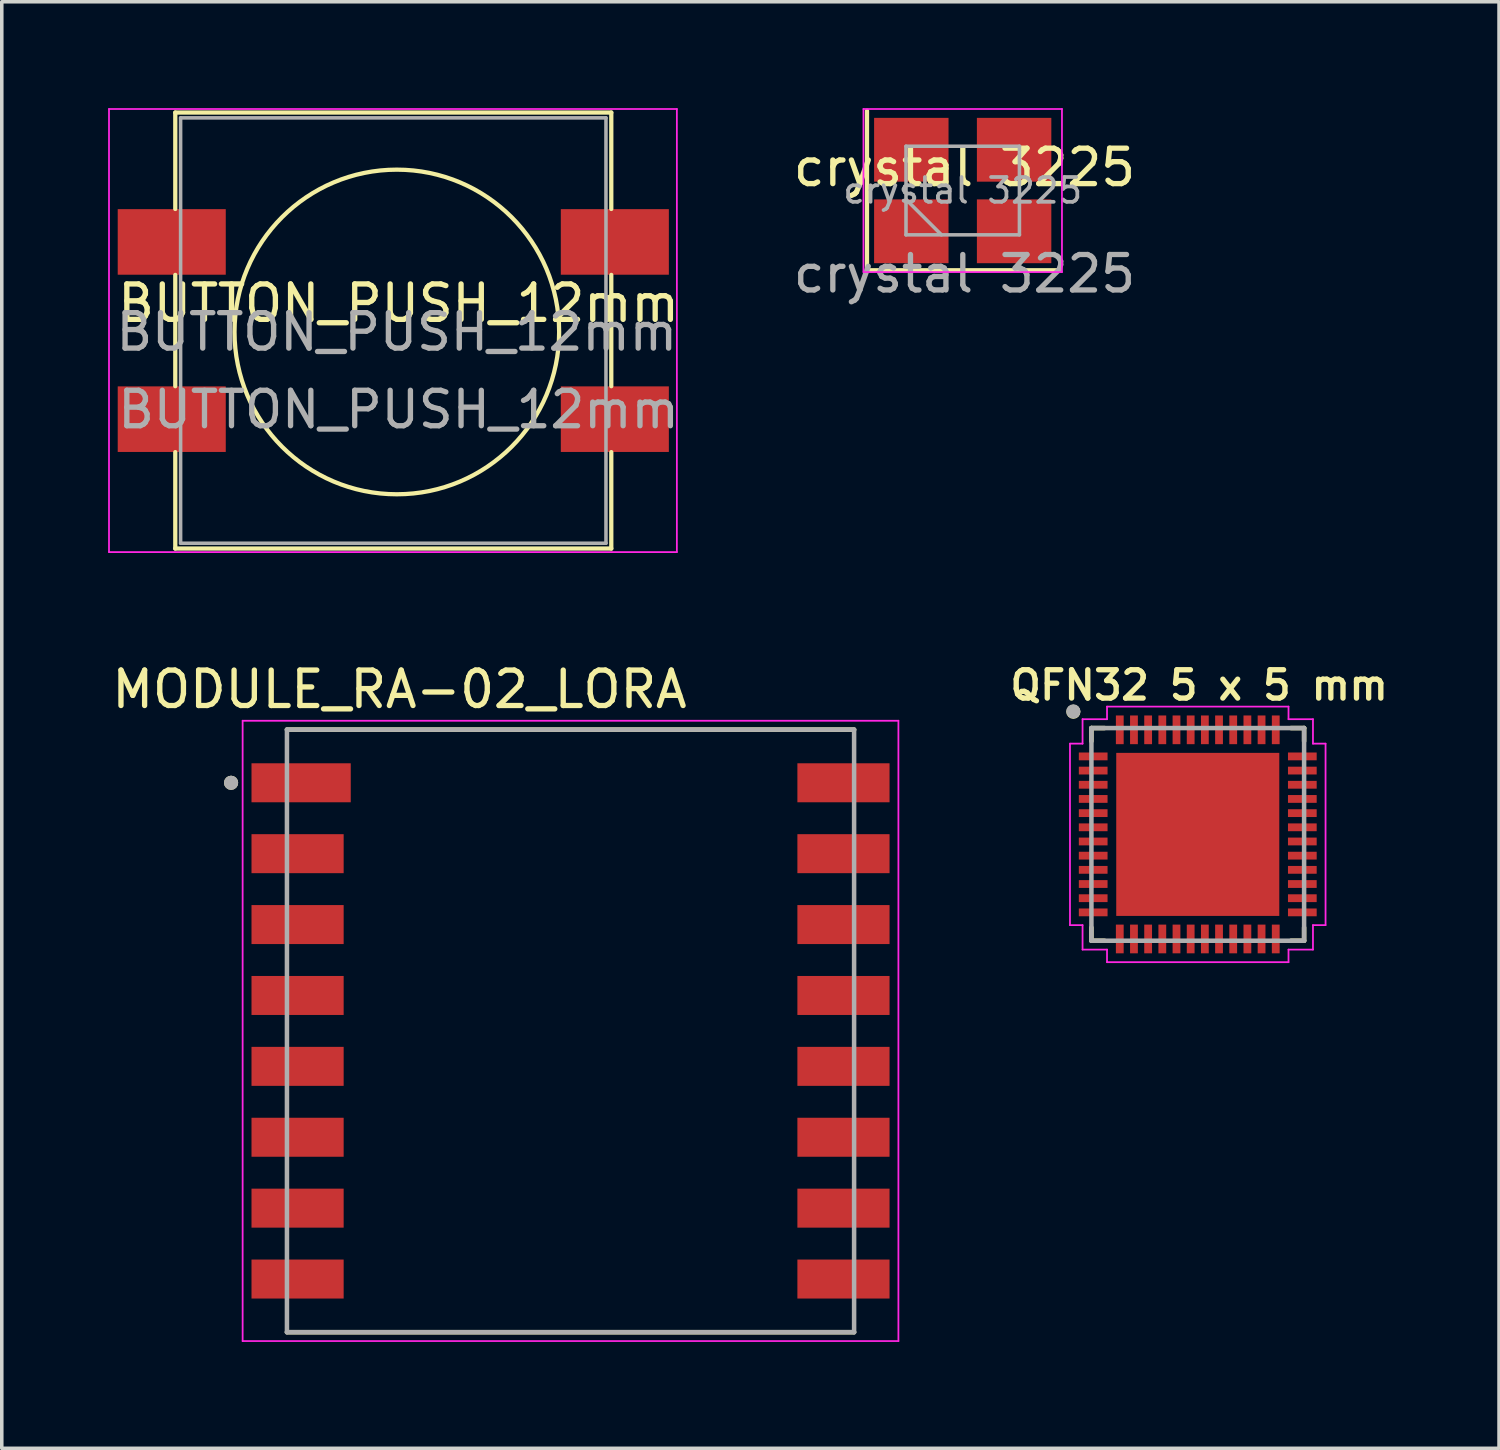
<source format=kicad_pcb>
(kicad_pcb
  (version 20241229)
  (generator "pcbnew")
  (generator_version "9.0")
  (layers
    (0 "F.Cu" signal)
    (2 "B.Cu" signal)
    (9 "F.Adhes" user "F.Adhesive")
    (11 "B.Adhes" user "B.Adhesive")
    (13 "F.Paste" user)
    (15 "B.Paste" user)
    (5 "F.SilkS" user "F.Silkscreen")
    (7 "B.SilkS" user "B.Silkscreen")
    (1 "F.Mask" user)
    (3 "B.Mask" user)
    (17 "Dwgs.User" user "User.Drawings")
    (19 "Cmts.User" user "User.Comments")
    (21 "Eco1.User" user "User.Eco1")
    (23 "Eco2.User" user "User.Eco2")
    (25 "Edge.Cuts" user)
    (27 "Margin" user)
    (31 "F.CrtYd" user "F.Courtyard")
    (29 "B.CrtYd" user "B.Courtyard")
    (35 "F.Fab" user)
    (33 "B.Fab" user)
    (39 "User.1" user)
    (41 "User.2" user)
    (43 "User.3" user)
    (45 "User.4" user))
  (footprint "MODULE_RA-02_LORA"
    (layer "F.Cu")
    (at 13.045 26.033)
    (property "Reference" "MODULE_RA-02_LORA" (at -4.825 -9.635 0) (layer "F.SilkS") (effects (font (size 1 1) (thickness 0.15))))
    (attr through_hole)
    (fp_line (start -8 -8.5) (end 8 -8.5) (stroke (width 0.127) (type solid)) (layer "F.SilkS"))
    (fp_line (start -8 8.5) (end 8 8.5) (stroke (width 0.127) (type solid)) (layer "F.SilkS"))
    (fp_circle (center -9.576 -7) (end -9.476 -7) (stroke (width 0.2) (type solid)) (fill no) (layer "F.SilkS"))
    (fp_line (start -9.25 -8.75) (end 9.25 -8.75) (stroke (width 0.05) (type solid)) (layer "F.CrtYd"))
    (fp_line (start -9.25 8.75) (end -9.25 -8.75) (stroke (width 0.05) (type solid)) (layer "F.CrtYd"))
    (fp_line (start 9.25 -8.75) (end 9.25 8.75) (stroke (width 0.05) (type solid)) (layer "F.CrtYd"))
    (fp_line (start 9.25 8.75) (end -9.25 8.75) (stroke (width 0.05) (type solid)) (layer "F.CrtYd"))
    (fp_line (start -8 -8.5) (end 8 -8.5) (stroke (width 0.127) (type solid)) (layer "F.Fab"))
    (fp_line (start -8 8.5) (end -8 -8.5) (stroke (width 0.127) (type solid)) (layer "F.Fab"))
    (fp_line (start 8 -8.5) (end 8 8.5) (stroke (width 0.127) (type solid)) (layer "F.Fab"))
    (fp_line (start 8 8.5) (end -8 8.5) (stroke (width 0.127) (type solid)) (layer "F.Fab"))
    (fp_circle (center -9.576 -7) (end -9.476 -7) (stroke (width 0.2) (type solid)) (fill no) (layer "F.Fab"))
    (pad "1" smd rect (at -7.6 -7) (size 2.8 1.1) (layers "F.Cu" "F.Mask" "F.Paste"))
    (pad "2" smd rect (at -7.7 -5) (size 2.6 1.1) (layers "F.Cu" "F.Mask" "F.Paste"))
    (pad "3" smd rect (at -7.7 -3) (size 2.6 1.1) (layers "F.Cu" "F.Mask" "F.Paste"))
    (pad "4" smd rect (at -7.7 -1) (size 2.6 1.1) (layers "F.Cu" "F.Mask" "F.Paste"))
    (pad "5" smd rect (at -7.7 1) (size 2.6 1.1) (layers "F.Cu" "F.Mask" "F.Paste"))
    (pad "6" smd rect (at -7.7 3) (size 2.6 1.1) (layers "F.Cu" "F.Mask" "F.Paste"))
    (pad "7" smd rect (at -7.7 5) (size 2.6 1.1) (layers "F.Cu" "F.Mask" "F.Paste"))
    (pad "8" smd rect (at -7.7 7) (size 2.6 1.1) (layers "F.Cu" "F.Mask" "F.Paste"))
    (pad "9" smd rect (at 7.7 7 180) (size 2.6 1.1) (layers "F.Cu" "F.Mask" "F.Paste"))
    (pad "10" smd rect (at 7.7 5 180) (size 2.6 1.1) (layers "F.Cu" "F.Mask" "F.Paste"))
    (pad "11" smd rect (at 7.7 3 180) (size 2.6 1.1) (layers "F.Cu" "F.Mask" "F.Paste"))
    (pad "12" smd rect (at 7.7 1 180) (size 2.6 1.1) (layers "F.Cu" "F.Mask" "F.Paste"))
    (pad "13" smd rect (at 7.7 -1 180) (size 2.6 1.1) (layers "F.Cu" "F.Mask" "F.Paste"))
    (pad "14" smd rect (at 7.7 -3 180) (size 2.6 1.1) (layers "F.Cu" "F.Mask" "F.Paste"))
    (pad "15" smd rect (at 7.7 -5 180) (size 2.6 1.1) (layers "F.Cu" "F.Mask" "F.Paste"))
    (pad "16" smd rect (at 7.7 -7 180) (size 2.6 1.1) (layers "F.Cu" "F.Mask" "F.Paste")))
  (footprint "QFN32 5 x 5 mm"
    (layer "F.Cu")
    (at 30.74 20.489)
    (property "Reference" "QFN32 5 x 5 mm" (at 0.04 -4.208 0) (layer "F.SilkS") (effects (font (size 0.8 0.8) (thickness 0.15))))
    (attr through_hole)
    (fp_line (start -3 -3) (end -3 -2.63) (stroke (width 0.127) (type solid)) (layer "F.SilkS"))
    (fp_line (start -3 2.63) (end -3 3) (stroke (width 0.127) (type solid)) (layer "F.SilkS"))
    (fp_line (start -3 3) (end -2.63 3) (stroke (width 0.127) (type solid)) (layer "F.SilkS"))
    (fp_line (start -2.63 -3) (end -3 -3) (stroke (width 0.127) (type solid)) (layer "F.SilkS"))
    (fp_line (start 2.63 3) (end 3 3) (stroke (width 0.127) (type solid)) (layer "F.SilkS"))
    (fp_line (start 3 -3) (end 2.63 -3) (stroke (width 0.127) (type solid)) (layer "F.SilkS"))
    (fp_line (start 3 -2.63) (end 3 -3) (stroke (width 0.127) (type solid)) (layer "F.SilkS"))
    (fp_line (start 3 3) (end 3 2.63) (stroke (width 0.127) (type solid)) (layer "F.SilkS"))
    (fp_circle (center -3.51 -3.46) (end -3.41 -3.46) (stroke (width 0.2) (type solid)) (fill no) (layer "F.SilkS"))
    (fp_poly (pts (xy -1.965 -1.965) (xy -0.335 -1.965) (xy -0.335 -0.335) (xy -1.965 -0.335)) (stroke (width 0.01) (type solid)) (fill yes) (layer "F.Paste"))
    (fp_poly (pts (xy -1.965 0.335) (xy -0.335 0.335) (xy -0.335 1.965) (xy -1.965 1.965)) (stroke (width 0.01) (type solid)) (fill yes) (layer "F.Paste"))
    (fp_poly (pts (xy 0.335 -1.965) (xy 1.965 -1.965) (xy 1.965 -0.335) (xy 0.335 -0.335)) (stroke (width 0.01) (type solid)) (fill yes) (layer "F.Paste"))
    (fp_poly (pts (xy 0.335 0.335) (xy 1.965 0.335) (xy 1.965 1.965) (xy 0.335 1.965)) (stroke (width 0.01) (type solid)) (fill yes) (layer "F.Paste"))
    (fp_line (start -3.605 -2.56) (end -3.25 -2.56) (stroke (width 0.05) (type solid)) (layer "F.CrtYd"))
    (fp_line (start -3.605 2.56) (end -3.605 -2.56) (stroke (width 0.05) (type solid)) (layer "F.CrtYd"))
    (fp_line (start -3.25 -3.25) (end -2.56 -3.25) (stroke (width 0.05) (type solid)) (layer "F.CrtYd"))
    (fp_line (start -3.25 -2.56) (end -3.25 -3.25) (stroke (width 0.05) (type solid)) (layer "F.CrtYd"))
    (fp_line (start -3.25 2.56) (end -3.605 2.56) (stroke (width 0.05) (type solid)) (layer "F.CrtYd"))
    (fp_line (start -3.25 3.25) (end -3.25 2.56) (stroke (width 0.05) (type solid)) (layer "F.CrtYd"))
    (fp_line (start -2.56 -3.605) (end 2.56 -3.605) (stroke (width 0.05) (type solid)) (layer "F.CrtYd"))
    (fp_line (start -2.56 -3.25) (end -2.56 -3.605) (stroke (width 0.05) (type solid)) (layer "F.CrtYd"))
    (fp_line (start -2.56 3.25) (end -3.25 3.25) (stroke (width 0.05) (type solid)) (layer "F.CrtYd"))
    (fp_line (start -2.56 3.605) (end -2.56 3.25) (stroke (width 0.05) (type solid)) (layer "F.CrtYd"))
    (fp_line (start 2.56 -3.605) (end 2.56 -3.25) (stroke (width 0.05) (type solid)) (layer "F.CrtYd"))
    (fp_line (start 2.56 -3.25) (end 3.25 -3.25) (stroke (width 0.05) (type solid)) (layer "F.CrtYd"))
    (fp_line (start 2.56 3.25) (end 2.56 3.605) (stroke (width 0.05) (type solid)) (layer "F.CrtYd"))
    (fp_line (start 2.56 3.605) (end -2.56 3.605) (stroke (width 0.05) (type solid)) (layer "F.CrtYd"))
    (fp_line (start 3.25 -3.25) (end 3.25 -2.56) (stroke (width 0.05) (type solid)) (layer "F.CrtYd"))
    (fp_line (start 3.25 -2.56) (end 3.605 -2.56) (stroke (width 0.05) (type solid)) (layer "F.CrtYd"))
    (fp_line (start 3.25 2.56) (end 3.25 3.25) (stroke (width 0.05) (type solid)) (layer "F.CrtYd"))
    (fp_line (start 3.25 3.25) (end 2.56 3.25) (stroke (width 0.05) (type solid)) (layer "F.CrtYd"))
    (fp_line (start 3.605 -2.56) (end 3.605 2.56) (stroke (width 0.05) (type solid)) (layer "F.CrtYd"))
    (fp_line (start 3.605 2.56) (end 3.25 2.56) (stroke (width 0.05) (type solid)) (layer "F.CrtYd"))
    (fp_line (start -3 -3) (end -3 3) (stroke (width 0.127) (type solid)) (layer "F.Fab"))
    (fp_line (start -3 3) (end 3 3) (stroke (width 0.127) (type solid)) (layer "F.Fab"))
    (fp_line (start 3 -3) (end -3 -3) (stroke (width 0.127) (type solid)) (layer "F.Fab"))
    (fp_line (start 3 3) (end 3 -3) (stroke (width 0.127) (type solid)) (layer "F.Fab"))
    (fp_circle (center -3.51 -3.47) (end -3.41 -3.47) (stroke (width 0.2) (type solid)) (fill no) (layer "F.Fab"))
    (pad "1" smd rect (at -2.95 -2.2) (size 0.81 0.22) (layers "F.Cu" "F.Mask" "F.Paste"))
    (pad "2" smd rect (at -2.95 -1.8) (size 0.81 0.22) (layers "F.Cu" "F.Mask" "F.Paste"))
    (pad "3" smd rect (at -2.95 -1.4) (size 0.81 0.22) (layers "F.Cu" "F.Mask" "F.Paste"))
    (pad "4" smd rect (at -2.95 -1) (size 0.81 0.22) (layers "F.Cu" "F.Mask" "F.Paste"))
    (pad "5" smd rect (at -2.95 -0.6) (size 0.81 0.22) (layers "F.Cu" "F.Mask" "F.Paste"))
    (pad "6" smd rect (at -2.95 -0.2) (size 0.81 0.22) (layers "F.Cu" "F.Mask" "F.Paste"))
    (pad "7" smd rect (at -2.95 0.2) (size 0.81 0.22) (layers "F.Cu" "F.Mask" "F.Paste"))
    (pad "8" smd rect (at -2.95 0.6) (size 0.81 0.22) (layers "F.Cu" "F.Mask" "F.Paste"))
    (pad "9" smd rect (at -2.95 1) (size 0.81 0.22) (layers "F.Cu" "F.Mask" "F.Paste"))
    (pad "10" smd rect (at -2.95 1.4) (size 0.81 0.22) (layers "F.Cu" "F.Mask" "F.Paste"))
    (pad "11" smd rect (at -2.95 1.8) (size 0.81 0.22) (layers "F.Cu" "F.Mask" "F.Paste"))
    (pad "12" smd rect (at -2.95 2.2) (size 0.81 0.22) (layers "F.Cu" "F.Mask" "F.Paste"))
    (pad "13" smd rect (at -2.2 2.95) (size 0.22 0.81) (layers "F.Cu" "F.Mask" "F.Paste"))
    (pad "14" smd rect (at -1.8 2.95) (size 0.22 0.81) (layers "F.Cu" "F.Mask" "F.Paste"))
    (pad "15" smd rect (at -1.4 2.95) (size 0.22 0.81) (layers "F.Cu" "F.Mask" "F.Paste"))
    (pad "16" smd rect (at -1 2.95) (size 0.22 0.81) (layers "F.Cu" "F.Mask" "F.Paste"))
    (pad "17" smd rect (at -0.6 2.95) (size 0.22 0.81) (layers "F.Cu" "F.Mask" "F.Paste"))
    (pad "18" smd rect (at -0.2 2.95) (size 0.22 0.81) (layers "F.Cu" "F.Mask" "F.Paste"))
    (pad "19" smd rect (at 0.2 2.95) (size 0.22 0.81) (layers "F.Cu" "F.Mask" "F.Paste"))
    (pad "20" smd rect (at 0.6 2.95) (size 0.22 0.81) (layers "F.Cu" "F.Mask" "F.Paste"))
    (pad "21" smd rect (at 1 2.95) (size 0.22 0.81) (layers "F.Cu" "F.Mask" "F.Paste"))
    (pad "22" smd rect (at 1.4 2.95) (size 0.22 0.81) (layers "F.Cu" "F.Mask" "F.Paste"))
    (pad "23" smd rect (at 1.8 2.95) (size 0.22 0.81) (layers "F.Cu" "F.Mask" "F.Paste"))
    (pad "24" smd rect (at 2.2 2.95) (size 0.22 0.81) (layers "F.Cu" "F.Mask" "F.Paste"))
    (pad "25" smd rect (at 2.95 2.2) (size 0.81 0.22) (layers "F.Cu" "F.Mask" "F.Paste"))
    (pad "26" smd rect (at 2.95 1.8) (size 0.81 0.22) (layers "F.Cu" "F.Mask" "F.Paste"))
    (pad "27" smd rect (at 2.95 1.4) (size 0.81 0.22) (layers "F.Cu" "F.Mask" "F.Paste"))
    (pad "28" smd rect (at 2.95 1) (size 0.81 0.22) (layers "F.Cu" "F.Mask" "F.Paste"))
    (pad "29" smd rect (at 2.95 0.6) (size 0.81 0.22) (layers "F.Cu" "F.Mask" "F.Paste"))
    (pad "30" smd rect (at 2.95 0.2) (size 0.81 0.22) (layers "F.Cu" "F.Mask" "F.Paste"))
    (pad "31" smd rect (at 2.95 -0.2) (size 0.81 0.22) (layers "F.Cu" "F.Mask" "F.Paste"))
    (pad "32" smd rect (at 2.95 -0.6) (size 0.81 0.22) (layers "F.Cu" "F.Mask" "F.Paste"))
    (pad "33" smd rect (at 2.95 -1) (size 0.81 0.22) (layers "F.Cu" "F.Mask" "F.Paste"))
    (pad "34" smd rect (at 2.95 -1.4) (size 0.81 0.22) (layers "F.Cu" "F.Mask" "F.Paste"))
    (pad "35" smd rect (at 2.95 -1.8) (size 0.81 0.22) (layers "F.Cu" "F.Mask" "F.Paste"))
    (pad "36" smd rect (at 2.95 -2.2) (size 0.81 0.22) (layers "F.Cu" "F.Mask" "F.Paste"))
    (pad "37" smd rect (at 2.2 -2.95) (size 0.22 0.81) (layers "F.Cu" "F.Mask" "F.Paste"))
    (pad "38" smd rect (at 1.8 -2.95) (size 0.22 0.81) (layers "F.Cu" "F.Mask" "F.Paste"))
    (pad "39" smd rect (at 1.4 -2.95) (size 0.22 0.81) (layers "F.Cu" "F.Mask" "F.Paste"))
    (pad "40" smd rect (at 1 -2.95) (size 0.22 0.81) (layers "F.Cu" "F.Mask" "F.Paste"))
    (pad "41" smd rect (at 0.6 -2.95) (size 0.22 0.81) (layers "F.Cu" "F.Mask" "F.Paste"))
    (pad "42" smd rect (at 0.2 -2.95) (size 0.22 0.81) (layers "F.Cu" "F.Mask" "F.Paste"))
    (pad "43" smd rect (at -0.2 -2.95) (size 0.22 0.81) (layers "F.Cu" "F.Mask" "F.Paste"))
    (pad "44" smd rect (at -0.6 -2.95) (size 0.22 0.81) (layers "F.Cu" "F.Mask" "F.Paste"))
    (pad "45" smd rect (at -1 -2.95) (size 0.22 0.81) (layers "F.Cu" "F.Mask" "F.Paste"))
    (pad "46" smd rect (at -1.4 -2.95) (size 0.22 0.81) (layers "F.Cu" "F.Mask" "F.Paste"))
    (pad "47" smd rect (at -1.8 -2.95) (size 0.22 0.81) (layers "F.Cu" "F.Mask" "F.Paste"))
    (pad "48" smd rect (at -2.2 -2.95) (size 0.22 0.81) (layers "F.Cu" "F.Mask" "F.Paste"))
    (pad "49" smd rect (at 0 0) (size 4.6 4.6) (layers "F.Cu" "F.Mask")))
  (footprint "crystal 3225"
    (layer "F.Cu")
    (at 24.159 2.175)
    (property "Reference" "crystal 3225" (at 0 -0.5 0) (unlocked yes) (layer "F.SilkS") (effects (font (size 1 1) (thickness 0.15))))
    (attr smd)
    (fp_line (start -2.75 -2.1) (end -2.75 2.4) (stroke (width 0.12) (type solid)) (layer "F.SilkS"))
    (fp_line (start -2.75 2.4) (end 2.65 2.4) (stroke (width 0.12) (type solid)) (layer "F.SilkS"))
    (fp_line (start -2.85 -2.15) (end -2.85 2.45) (stroke (width 0.05) (type solid)) (layer "F.CrtYd"))
    (fp_line (start -2.85 2.45) (end 2.75 2.45) (stroke (width 0.05) (type solid)) (layer "F.CrtYd"))
    (fp_line (start 2.75 -2.15) (end -2.85 -2.15) (stroke (width 0.05) (type solid)) (layer "F.CrtYd"))
    (fp_line (start 2.75 2.45) (end 2.75 -2.15) (stroke (width 0.05) (type solid)) (layer "F.CrtYd"))
    (fp_line (start -1.65 -1.1) (end -1.65 1.4) (stroke (width 0.1) (type solid)) (layer "F.Fab"))
    (fp_line (start -1.65 0.4) (end -0.65 1.4) (stroke (width 0.1) (type solid)) (layer "F.Fab"))
    (fp_line (start -1.65 1.4) (end 1.55 1.4) (stroke (width 0.1) (type solid)) (layer "F.Fab"))
    (fp_line (start 1.55 -1.1) (end -1.65 -1.1) (stroke (width 0.1) (type solid)) (layer "F.Fab"))
    (fp_line (start 1.55 1.4) (end 1.55 -1.1) (stroke (width 0.1) (type solid)) (layer "F.Fab"))
    (fp_text user "${REFERENCE}" (at -0.05 0.15 0) (layer "F.Fab") (effects (font (size 0.7 0.7) (thickness 0.105))))
    (fp_text user "${REFERENCE}" (at 0 2.5 0) (unlocked yes) (layer "F.Fab") (effects (font (size 1 1) (thickness 0.15))))
    (pad "1" smd rect (at -1.5 1.3) (size 2.1 1.8) (layers "F.Cu" "F.Mask" "F.Paste"))
    (pad "2" smd rect (at 1.4 1.3) (size 2.1 1.8) (layers "F.Cu" "F.Mask" "F.Paste"))
    (pad "3" smd rect (at 1.4 -1) (size 2.1 1.8) (layers "F.Cu" "F.Mask" "F.Paste"))
    (pad "4" smd rect (at -1.5 -1) (size 2.1 1.8) (layers "F.Cu" "F.Mask" "F.Paste")))
  (footprint "BUTTON_PUSH_12mm"
    (layer "F.Cu")
    (at 8.195 6.005)
    (property "Reference" "BUTTON_PUSH_12mm" (at 0 -0.5 0) (unlocked yes) (layer "F.SilkS") (effects (font (size 1 1) (thickness 0.15))))
    (attr smd)
    (fp_line (start -6.3 -5.88) (end 6 -5.88) (stroke (width 0.12) (type solid)) (layer "F.SilkS"))
    (fp_line (start -6.3 -3.16) (end -6.3 -5.88) (stroke (width 0.12) (type solid)) (layer "F.SilkS"))
    (fp_line (start -6.3 1.84) (end -6.3 -1.3) (stroke (width 0.12) (type solid)) (layer "F.SilkS"))
    (fp_line (start -6.3 6.42) (end -6.3 3.7) (stroke (width 0.12) (type solid)) (layer "F.SilkS"))
    (fp_line (start 6 -5.88) (end 6 -3.16) (stroke (width 0.12) (type solid)) (layer "F.SilkS"))
    (fp_line (start 6 -1.3) (end 6 1.84) (stroke (width 0.12) (type solid)) (layer "F.SilkS"))
    (fp_line (start 6 3.7) (end 6 6.42) (stroke (width 0.12) (type solid)) (layer "F.SilkS"))
    (fp_line (start 6 6.42) (end -6.3 6.42) (stroke (width 0.12) (type solid)) (layer "F.SilkS"))
    (fp_circle (center -0.05 0.31) (end 3.76 2.85) (stroke (width 0.12) (type solid)) (fill no) (layer "F.SilkS"))
    (fp_line (start -8.17 -5.98) (end -8.17 6.52) (stroke (width 0.05) (type solid)) (layer "F.CrtYd"))
    (fp_line (start -8.17 -5.98) (end 7.85 -5.98) (stroke (width 0.05) (type solid)) (layer "F.CrtYd"))
    (fp_line (start 7.85 6.52) (end -8.17 6.52) (stroke (width 0.05) (type solid)) (layer "F.CrtYd"))
    (fp_line (start 7.85 6.52) (end 7.85 -5.98) (stroke (width 0.05) (type solid)) (layer "F.CrtYd"))
    (fp_line (start -6.15 -5.73) (end -6.15 6.27) (stroke (width 0.1) (type solid)) (layer "F.Fab"))
    (fp_line (start -6.15 -5.73) (end 5.85 -5.73) (stroke (width 0.1) (type solid)) (layer "F.Fab"))
    (fp_line (start -6.15 6.27) (end 5.85 6.27) (stroke (width 0.1) (type solid)) (layer "F.Fab"))
    (fp_line (start 5.85 -5.73) (end 5.85 6.27) (stroke (width 0.1) (type solid)) (layer "F.Fab"))
    (fp_text user "${REFERENCE}" (at -0.05 0.31 0) (layer "F.Fab") (effects (font (size 1 1) (thickness 0.15))))
    (fp_text user "${REFERENCE}" (at 0 2.5 0) (unlocked yes) (layer "F.Fab") (effects (font (size 1 1) (thickness 0.15))))
    (pad "1" smd rect (at -6.4 -2.23) (size 3.048 1.85) (layers "F.Cu" "F.Mask" "F.Paste"))
    (pad "1" smd rect (at 6.1 -2.23) (size 3.048 1.85) (layers "F.Cu" "F.Mask" "F.Paste"))
    (pad "2" smd rect (at -6.4 2.77) (size 3.048 1.85) (layers "F.Cu" "F.Mask" "F.Paste"))
    (pad "2" smd rect (at 6.1 2.77) (size 3.048 1.85) (layers "F.Cu" "F.Mask" "F.Paste")))
  (gr_rect
    (start -3 -3)
    (end 39.239 37.808)
    (stroke (width 0.1) (type default))
    (fill no)
    (layer "Edge.Cuts")))
</source>
